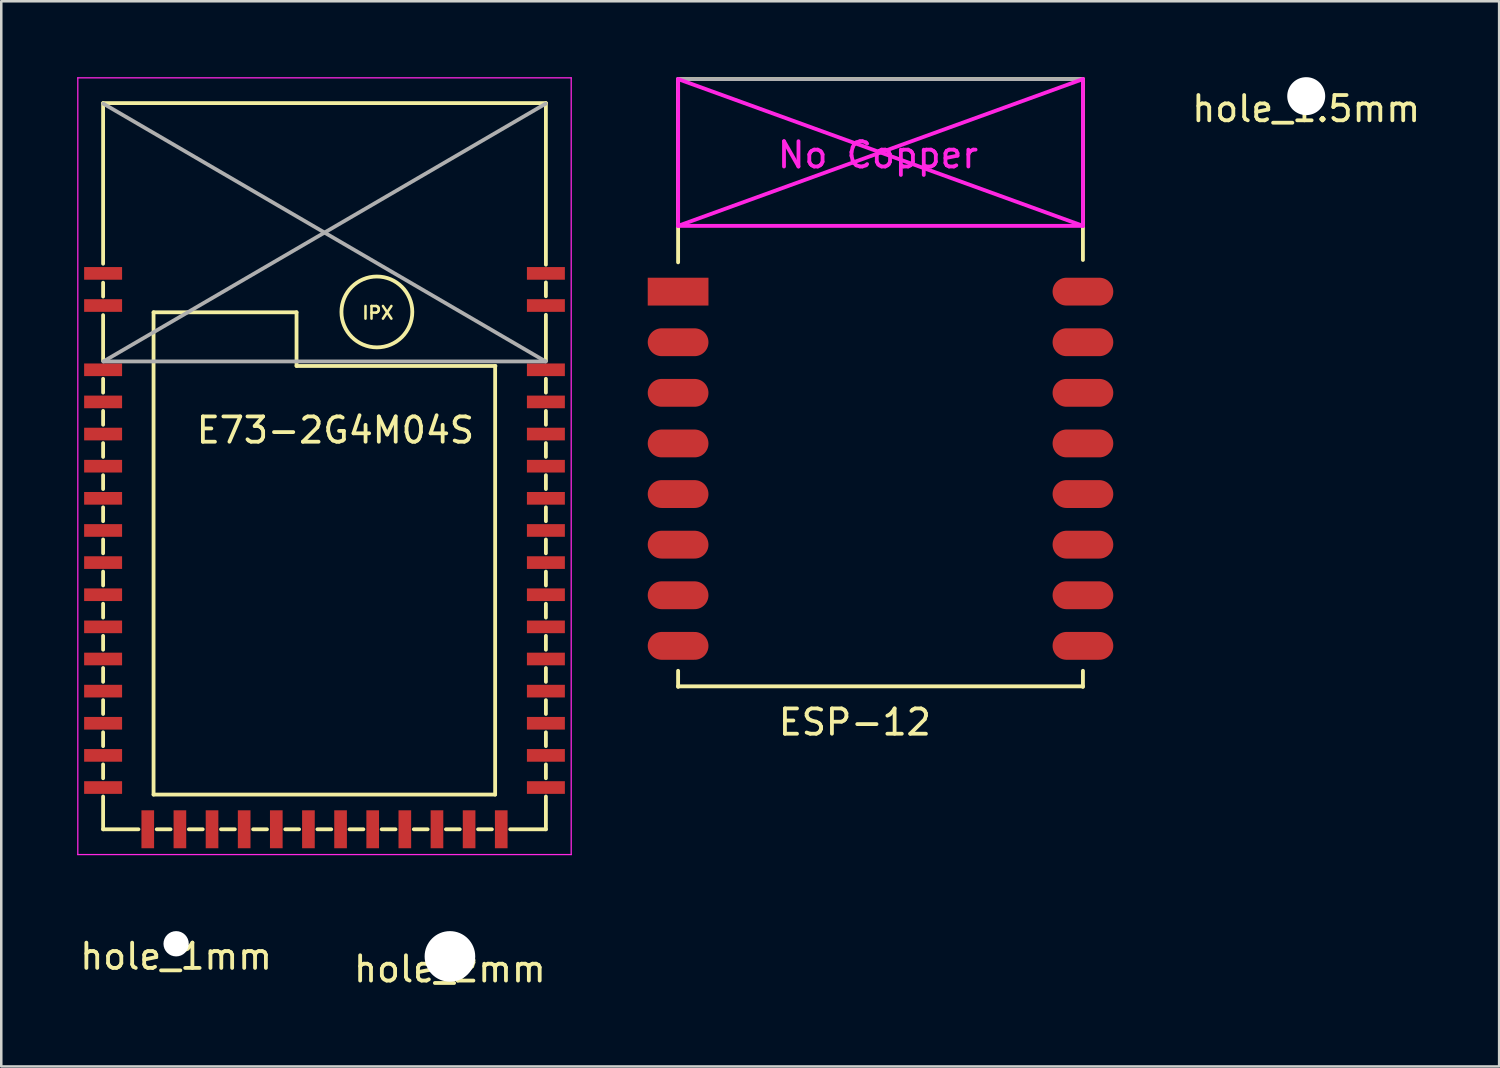
<source format=kicad_pcb>
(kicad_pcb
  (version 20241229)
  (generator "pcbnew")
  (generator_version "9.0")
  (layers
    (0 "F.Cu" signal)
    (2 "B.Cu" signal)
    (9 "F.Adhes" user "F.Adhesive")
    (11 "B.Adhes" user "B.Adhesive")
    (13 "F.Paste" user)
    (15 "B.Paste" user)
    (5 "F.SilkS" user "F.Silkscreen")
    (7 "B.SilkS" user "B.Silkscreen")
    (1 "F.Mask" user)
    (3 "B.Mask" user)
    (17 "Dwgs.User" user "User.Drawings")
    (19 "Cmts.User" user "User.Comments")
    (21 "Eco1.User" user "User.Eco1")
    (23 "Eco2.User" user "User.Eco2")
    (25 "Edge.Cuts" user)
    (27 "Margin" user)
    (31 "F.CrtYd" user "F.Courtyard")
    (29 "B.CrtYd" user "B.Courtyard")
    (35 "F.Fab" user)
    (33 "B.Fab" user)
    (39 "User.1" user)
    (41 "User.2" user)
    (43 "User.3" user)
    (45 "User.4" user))
  (footprint "hole_2mm"
    (layer "F.Cu")
    (at 14.732 34.75)
    (property "Reference" "hole_2mm" (at 0 0.5 0) (layer "F.SilkS") (effects (font (size 1 1) (thickness 0.15))))
    (attr through_hole)
    (pad "" np_thru_hole circle (at 0 0) (size 2 2) (drill 2) (layers "*.Cu" "*.Mask")))
  (footprint "hole_1mm"
    (layer "F.Cu")
    (at 3.911 34.25)
    (property "Reference" "hole_1mm" (at 0 0.5 0) (layer "F.SilkS") (effects (font (size 1 1) (thickness 0.15))))
    (attr through_hole)
    (pad "" np_thru_hole circle (at 0 0) (size 1 1) (drill 1) (layers "*.Cu" "*.Mask")))
  (footprint "hole_1.5mm"
    (layer "F.Cu")
    (at 48.575 0.75)
    (property "Reference" "hole_1.5mm" (at 0 0.5 0) (layer "F.SilkS") (effects (font (size 1 1) (thickness 0.15))))
    (attr through_hole)
    (pad "" np_thru_hole circle (at 0 0) (size 1.5 1.5) (drill 1.5) (layers "*.Cu" "*.Mask")))
  (footprint "ESP-12"
    (layer "F.Cu")
    (at 23.75 8.476)
    (property "Reference" "ESP-12" (at 6.985 17.018 180) (layer "F.SilkS") (effects (font (size 1 1) (thickness 0.15))))
    (attr through_hole)
    (fp_line (start 0 -1.158) (end 0 -8.4) (stroke (width 0.152) (type solid)) (layer "F.SilkS"))
    (fp_line (start 0 14.986) (end 0 15.621) (stroke (width 0.152) (type solid)) (layer "F.SilkS"))
    (fp_line (start 16 -8.4) (end 0 -8.4) (stroke (width 0.152) (type solid)) (layer "F.SilkS"))
    (fp_line (start 16 -8.4) (end 16 -1.252) (stroke (width 0.152) (type solid)) (layer "F.SilkS"))
    (fp_line (start 16 14.986) (end 16 15.621) (stroke (width 0.152) (type solid)) (layer "F.SilkS"))
    (fp_line (start 16 15.6) (end 0 15.6) (stroke (width 0.152) (type solid)) (layer "F.SilkS"))
    (fp_line (start 0 -8.4) (end 0 -2.6) (stroke (width 0.152) (type solid)) (layer "F.CrtYd"))
    (fp_line (start 0 -8.4) (end 16 -2.6) (stroke (width 0.152) (type solid)) (layer "F.CrtYd"))
    (fp_line (start 0 -2.6) (end 16 -2.6) (stroke (width 0.152) (type solid)) (layer "F.CrtYd"))
    (fp_line (start 16 -8.4) (end 0 -2.6) (stroke (width 0.152) (type solid)) (layer "F.CrtYd"))
    (fp_line (start 16 -2.6) (end 16 -8.4) (stroke (width 0.152) (type solid)) (layer "F.CrtYd"))
    (fp_line (start 0 -8.4) (end 16 -8.4) (stroke (width 0.152) (type solid)) (layer "F.Fab"))
    (fp_text user "No Copper" (at 7.9 -5.4 0) (layer "F.CrtYd") (effects (font (size 1 1) (thickness 0.15))))
    (pad "1" smd rect (at 0 0) (size 2.4 1.1) (layers "F.Cu" "F.Mask" "F.Paste"))
    (pad "2" smd oval (at 0 2) (size 2.4 1.1) (layers "F.Cu" "F.Mask" "F.Paste"))
    (pad "3" smd oval (at 0 4) (size 2.4 1.1) (layers "F.Cu" "F.Mask" "F.Paste"))
    (pad "4" smd oval (at 0 6) (size 2.4 1.1) (layers "F.Cu" "F.Mask" "F.Paste"))
    (pad "5" smd oval (at 0 8) (size 2.4 1.1) (layers "F.Cu" "F.Mask" "F.Paste"))
    (pad "6" smd oval (at 0 10) (size 2.4 1.1) (layers "F.Cu" "F.Mask" "F.Paste"))
    (pad "7" smd oval (at 0 12) (size 2.4 1.1) (layers "F.Cu" "F.Mask" "F.Paste"))
    (pad "8" smd oval (at 0 14) (size 2.4 1.1) (layers "F.Cu" "F.Mask" "F.Paste"))
    (pad "9" smd oval (at 16 14) (size 2.4 1.1) (layers "F.Cu" "F.Mask" "F.Paste"))
    (pad "10" smd oval (at 16 12) (size 2.4 1.1) (layers "F.Cu" "F.Mask" "F.Paste"))
    (pad "11" smd oval (at 16 10) (size 2.4 1.1) (layers "F.Cu" "F.Mask" "F.Paste"))
    (pad "12" smd oval (at 16 8) (size 2.4 1.1) (layers "F.Cu" "F.Mask" "F.Paste"))
    (pad "13" smd oval (at 16 6) (size 2.4 1.1) (layers "F.Cu" "F.Mask" "F.Paste"))
    (pad "14" smd oval (at 16 4) (size 2.4 1.1) (layers "F.Cu" "F.Mask" "F.Paste"))
    (pad "15" smd oval (at 16 2) (size 2.4 1.1) (layers "F.Cu" "F.Mask" "F.Paste"))
    (pad "16" smd oval (at 16 0) (size 2.4 1.1) (layers "F.Cu" "F.Mask" "F.Paste")))
  (footprint "E73-2G4M04S"
    (layer "F.Cu")
    (at 9.775 15.375)
    (property "Reference" "E73-2G4M04S" (at 0.432 -1.422 0) (layer "F.SilkS") (effects (font (size 1 1) (thickness 0.15))))
    (attr smd)
    (fp_line (start -8.75 -7.252) (end -8.75 -6.704) (stroke (width 0.15) (type solid)) (layer "F.SilkS"))
    (fp_line (start -8.75 -5.971) (end -8.75 -4.166) (stroke (width 0.15) (type solid)) (layer "F.SilkS"))
    (fp_line (start -8.75 -3.454) (end -8.75 -2.907) (stroke (width 0.15) (type solid)) (layer "F.SilkS"))
    (fp_line (start -8.75 -2.184) (end -8.75 -1.637) (stroke (width 0.15) (type solid)) (layer "F.SilkS"))
    (fp_line (start -8.75 -0.914) (end -8.75 -0.367) (stroke (width 0.15) (type solid)) (layer "F.SilkS"))
    (fp_line (start -8.75 0.356) (end -8.75 0.903) (stroke (width 0.15) (type solid)) (layer "F.SilkS"))
    (fp_line (start -8.75 1.626) (end -8.75 2.173) (stroke (width 0.15) (type solid)) (layer "F.SilkS"))
    (fp_line (start -8.75 2.896) (end -8.75 3.443) (stroke (width 0.15) (type solid)) (layer "F.SilkS"))
    (fp_line (start -8.75 4.166) (end -8.75 4.713) (stroke (width 0.15) (type solid)) (layer "F.SilkS"))
    (fp_line (start -8.75 5.436) (end -8.75 5.983) (stroke (width 0.15) (type solid)) (layer "F.SilkS"))
    (fp_line (start -8.75 6.706) (end -8.75 7.253) (stroke (width 0.15) (type solid)) (layer "F.SilkS"))
    (fp_line (start -8.75 7.976) (end -8.75 8.523) (stroke (width 0.15) (type solid)) (layer "F.SilkS"))
    (fp_line (start -8.75 9.246) (end -8.75 9.793) (stroke (width 0.15) (type solid)) (layer "F.SilkS"))
    (fp_line (start -8.75 10.516) (end -8.75 11.063) (stroke (width 0.15) (type solid)) (layer "F.SilkS"))
    (fp_line (start -8.75 11.786) (end -8.75 12.333) (stroke (width 0.15) (type solid)) (layer "F.SilkS"))
    (fp_line (start -8.75 13.056) (end -8.75 14.353) (stroke (width 0.15) (type solid)) (layer "F.SilkS"))
    (fp_line (start -8.75 -14.351) (end -8.75 -8.001) (stroke (width 0.15) (type solid)) (layer "F.SilkS"))
    (fp_line (start -8.75 14.35) (end -7.353 14.35) (stroke (width 0.15) (type solid)) (layer "F.SilkS"))
    (fp_line (start -6.756 12.979) (end 6.744 12.979) (stroke (width 0.15) (type solid)) (layer "F.SilkS"))
    (fp_line (start -6.756 -6.083) (end -6.756 12.979) (stroke (width 0.15) (type solid)) (layer "F.SilkS"))
    (fp_line (start -6.756 -6.083) (end -1.105 -6.083) (stroke (width 0.15) (type solid)) (layer "F.SilkS"))
    (fp_line (start -6.631 14.351) (end -6.083 14.351) (stroke (width 0.15) (type solid)) (layer "F.SilkS"))
    (fp_line (start -5.361 14.351) (end -4.813 14.351) (stroke (width 0.15) (type solid)) (layer "F.SilkS"))
    (fp_line (start -4.091 14.351) (end -3.543 14.351) (stroke (width 0.15) (type solid)) (layer "F.SilkS"))
    (fp_line (start -2.821 14.351) (end -2.273 14.351) (stroke (width 0.15) (type solid)) (layer "F.SilkS"))
    (fp_line (start -1.551 14.351) (end -1.003 14.351) (stroke (width 0.15) (type solid)) (layer "F.SilkS"))
    (fp_line (start -1.105 -3.962) (end -1.105 -6.083) (stroke (width 0.15) (type solid)) (layer "F.SilkS"))
    (fp_line (start -0.281 14.351) (end 0.267 14.351) (stroke (width 0.15) (type solid)) (layer "F.SilkS"))
    (fp_line (start 0.989 14.351) (end 1.537 14.351) (stroke (width 0.15) (type solid)) (layer "F.SilkS"))
    (fp_line (start 2.259 14.351) (end 2.807 14.351) (stroke (width 0.15) (type solid)) (layer "F.SilkS"))
    (fp_line (start 3.529 14.351) (end 4.077 14.351) (stroke (width 0.15) (type solid)) (layer "F.SilkS"))
    (fp_line (start 4.799 14.351) (end 5.347 14.351) (stroke (width 0.15) (type solid)) (layer "F.SilkS"))
    (fp_line (start 6.069 14.351) (end 6.617 14.351) (stroke (width 0.15) (type solid)) (layer "F.SilkS"))
    (fp_line (start 6.744 -3.962) (end 6.744 12.979) (stroke (width 0.15) (type solid)) (layer "F.SilkS"))
    (fp_line (start 6.756 -3.962) (end -1.105 -3.962) (stroke (width 0.15) (type solid)) (layer "F.SilkS"))
    (fp_line (start 7.339 14.351) (end 8.751 14.351) (stroke (width 0.15) (type solid)) (layer "F.SilkS"))
    (fp_line (start 8.75 -14.35) (end -8.75 -14.35) (stroke (width 0.15) (type solid)) (layer "F.SilkS"))
    (fp_line (start 8.75 -7.963) (end 8.75 -14.35) (stroke (width 0.15) (type solid)) (layer "F.SilkS"))
    (fp_line (start 8.75 -7.264) (end 8.75 -6.717) (stroke (width 0.15) (type solid)) (layer "F.SilkS"))
    (fp_line (start 8.75 -5.984) (end 8.75 -4.153) (stroke (width 0.15) (type solid)) (layer "F.SilkS"))
    (fp_line (start 8.75 -3.454) (end 8.75 -2.907) (stroke (width 0.15) (type solid)) (layer "F.SilkS"))
    (fp_line (start 8.75 -2.184) (end 8.75 -1.637) (stroke (width 0.15) (type solid)) (layer "F.SilkS"))
    (fp_line (start 8.75 -0.914) (end 8.75 -0.367) (stroke (width 0.15) (type solid)) (layer "F.SilkS"))
    (fp_line (start 8.75 0.356) (end 8.75 0.903) (stroke (width 0.15) (type solid)) (layer "F.SilkS"))
    (fp_line (start 8.75 1.626) (end 8.75 2.173) (stroke (width 0.15) (type solid)) (layer "F.SilkS"))
    (fp_line (start 8.75 2.896) (end 8.75 3.443) (stroke (width 0.15) (type solid)) (layer "F.SilkS"))
    (fp_line (start 8.75 4.166) (end 8.75 4.713) (stroke (width 0.15) (type solid)) (layer "F.SilkS"))
    (fp_line (start 8.75 5.436) (end 8.75 5.983) (stroke (width 0.15) (type solid)) (layer "F.SilkS"))
    (fp_line (start 8.75 6.706) (end 8.75 7.253) (stroke (width 0.15) (type solid)) (layer "F.SilkS"))
    (fp_line (start 8.75 7.976) (end 8.75 8.523) (stroke (width 0.15) (type solid)) (layer "F.SilkS"))
    (fp_line (start 8.75 9.246) (end 8.75 9.793) (stroke (width 0.15) (type solid)) (layer "F.SilkS"))
    (fp_line (start 8.75 10.516) (end 8.75 11.063) (stroke (width 0.15) (type solid)) (layer "F.SilkS"))
    (fp_line (start 8.75 11.786) (end 8.75 12.333) (stroke (width 0.15) (type solid)) (layer "F.SilkS"))
    (fp_line (start 8.75 13.056) (end 8.75 14.351) (stroke (width 0.15) (type solid)) (layer "F.SilkS"))
    (fp_circle (center 2.07 -6.096) (end 3.365 -5.563) (stroke (width 0.15) (type solid)) (fill no) (layer "F.SilkS"))
    (fp_line (start -9.75 -15.35) (end 9.75 -15.35) (stroke (width 0.05) (type solid)) (layer "F.CrtYd"))
    (fp_line (start -9.75 15.35) (end -9.75 -15.35) (stroke (width 0.05) (type solid)) (layer "F.CrtYd"))
    (fp_line (start 9.75 -15.35) (end 9.75 15.35) (stroke (width 0.05) (type solid)) (layer "F.CrtYd"))
    (fp_line (start 9.75 15.35) (end -9.75 15.35) (stroke (width 0.05) (type solid)) (layer "F.CrtYd"))
    (fp_line (start -8.738 -4.14) (end 8.738 -14.326) (stroke (width 0.15) (type solid)) (layer "F.Fab"))
    (fp_line (start 8.738 -4.14) (end -8.738 -14.326) (stroke (width 0.15) (type solid)) (layer "F.Fab"))
    (fp_line (start 8.738 -4.14) (end -8.738 -4.14) (stroke (width 0.15) (type solid)) (layer "F.Fab"))
    (fp_text user "IPX" (at 2.108 -6.058 0) (layer "F.SilkS") (effects (font (size 0.5 0.5) (thickness 0.1))))
    (pad "0" smd rect (at -8.75 -7.62 90) (size 0.5 1.5) (layers "F.Cu" "F.Mask" "F.Paste"))
    (pad "1" smd rect (at -8.75 -6.35 90) (size 0.5 1.5) (layers "F.Cu" "F.Mask" "F.Paste"))
    (pad "2" smd rect (at -8.75 -3.81 90) (size 0.5 1.5) (layers "F.Cu" "F.Mask" "F.Paste"))
    (pad "3" smd rect (at -8.75 -2.54 90) (size 0.5 1.5) (layers "F.Cu" "F.Mask" "F.Paste"))
    (pad "4" smd rect (at -8.75 -1.27 90) (size 0.5 1.5) (layers "F.Cu" "F.Mask" "F.Paste"))
    (pad "5" smd rect (at -8.75 0 90) (size 0.5 1.5) (layers "F.Cu" "F.Mask" "F.Paste"))
    (pad "6" smd rect (at -8.75 1.27 90) (size 0.5 1.5) (layers "F.Cu" "F.Mask" "F.Paste"))
    (pad "7" smd rect (at -8.75 2.54 90) (size 0.5 1.5) (layers "F.Cu" "F.Mask" "F.Paste"))
    (pad "8" smd rect (at -8.75 3.81 90) (size 0.5 1.5) (layers "F.Cu" "F.Mask" "F.Paste"))
    (pad "9" smd rect (at -8.75 5.08 90) (size 0.5 1.5) (layers "F.Cu" "F.Mask" "F.Paste"))
    (pad "10" smd rect (at -8.75 6.35 90) (size 0.5 1.5) (layers "F.Cu" "F.Mask" "F.Paste"))
    (pad "11" smd rect (at -8.75 7.62 90) (size 0.5 1.5) (layers "F.Cu" "F.Mask" "F.Paste"))
    (pad "12" smd rect (at -8.75 8.89 90) (size 0.5 1.5) (layers "F.Cu" "F.Mask" "F.Paste"))
    (pad "13" smd rect (at -8.75 10.16 90) (size 0.5 1.5) (layers "F.Cu" "F.Mask" "F.Paste"))
    (pad "14" smd rect (at -8.75 11.43 90) (size 0.5 1.5) (layers "F.Cu" "F.Mask" "F.Paste"))
    (pad "15" smd rect (at -8.75 12.7 90) (size 0.5 1.5) (layers "F.Cu" "F.Mask" "F.Paste"))
    (pad "16" smd rect (at -6.985 14.35) (size 0.5 1.5) (layers "F.Cu" "F.Mask" "F.Paste"))
    (pad "17" smd rect (at -5.715 14.35) (size 0.5 1.5) (layers "F.Cu" "F.Mask" "F.Paste"))
    (pad "18" smd rect (at -4.445 14.35) (size 0.5 1.5) (layers "F.Cu" "F.Mask" "F.Paste"))
    (pad "19" smd rect (at -3.175 14.35) (size 0.5 1.5) (layers "F.Cu" "F.Mask" "F.Paste"))
    (pad "20" smd rect (at -1.905 14.35) (size 0.5 1.5) (layers "F.Cu" "F.Mask" "F.Paste"))
    (pad "21" smd rect (at -0.635 14.35) (size 0.5 1.5) (layers "F.Cu" "F.Mask" "F.Paste"))
    (pad "22" smd rect (at 0.635 14.35) (size 0.5 1.5) (layers "F.Cu" "F.Mask" "F.Paste"))
    (pad "23" smd rect (at 1.905 14.35) (size 0.5 1.5) (layers "F.Cu" "F.Mask" "F.Paste"))
    (pad "24" smd rect (at 3.175 14.35) (size 0.5 1.5) (layers "F.Cu" "F.Mask" "F.Paste"))
    (pad "25" smd rect (at 4.445 14.35) (size 0.5 1.5) (layers "F.Cu" "F.Mask" "F.Paste"))
    (pad "26" smd rect (at 5.715 14.35) (size 0.5 1.5) (layers "F.Cu" "F.Mask" "F.Paste"))
    (pad "27" smd rect (at 6.985 14.35) (size 0.5 1.5) (layers "F.Cu" "F.Mask" "F.Paste"))
    (pad "28" smd rect (at 8.75 12.7 90) (size 0.5 1.5) (layers "F.Cu" "F.Mask" "F.Paste"))
    (pad "29" smd rect (at 8.75 11.43 90) (size 0.5 1.5) (layers "F.Cu" "F.Mask" "F.Paste"))
    (pad "30" smd rect (at 8.75 10.16 90) (size 0.5 1.5) (layers "F.Cu" "F.Mask" "F.Paste"))
    (pad "31" smd rect (at 8.75 8.89 90) (size 0.5 1.5) (layers "F.Cu" "F.Mask" "F.Paste"))
    (pad "32" smd rect (at 8.75 7.62 90) (size 0.5 1.5) (layers "F.Cu" "F.Mask" "F.Paste"))
    (pad "33" smd rect (at 8.75 6.35 90) (size 0.5 1.5) (layers "F.Cu" "F.Mask" "F.Paste"))
    (pad "34" smd rect (at 8.75 5.08 90) (size 0.5 1.5) (layers "F.Cu" "F.Mask" "F.Paste"))
    (pad "35" smd rect (at 8.75 3.81 90) (size 0.5 1.5) (layers "F.Cu" "F.Mask" "F.Paste"))
    (pad "36" smd rect (at 8.75 2.54 90) (size 0.5 1.5) (layers "F.Cu" "F.Mask" "F.Paste"))
    (pad "37" smd rect (at 8.75 1.27 90) (size 0.5 1.5) (layers "F.Cu" "F.Mask" "F.Paste"))
    (pad "38" smd rect (at 8.75 0 90) (size 0.5 1.5) (layers "F.Cu" "F.Mask" "F.Paste"))
    (pad "39" smd rect (at 8.75 -1.27 90) (size 0.5 1.5) (layers "F.Cu" "F.Mask" "F.Paste"))
    (pad "40" smd rect (at 8.75 -2.54 90) (size 0.5 1.5) (layers "F.Cu" "F.Mask" "F.Paste"))
    (pad "41" smd rect (at 8.75 -3.81 90) (size 0.5 1.5) (layers "F.Cu" "F.Mask" "F.Paste"))
    (pad "42" smd rect (at 8.75 -6.35 90) (size 0.5 1.5) (layers "F.Cu" "F.Mask" "F.Paste"))
    (pad "43" smd rect (at 8.75 -7.62 90) (size 0.5 1.5) (layers "F.Cu" "F.Mask" "F.Paste")))
  (gr_rect
    (start -3 -3)
    (end 56.2 39.098)
    (stroke (width 0.1) (type default))
    (fill no)
    (layer "Edge.Cuts")))
</source>
